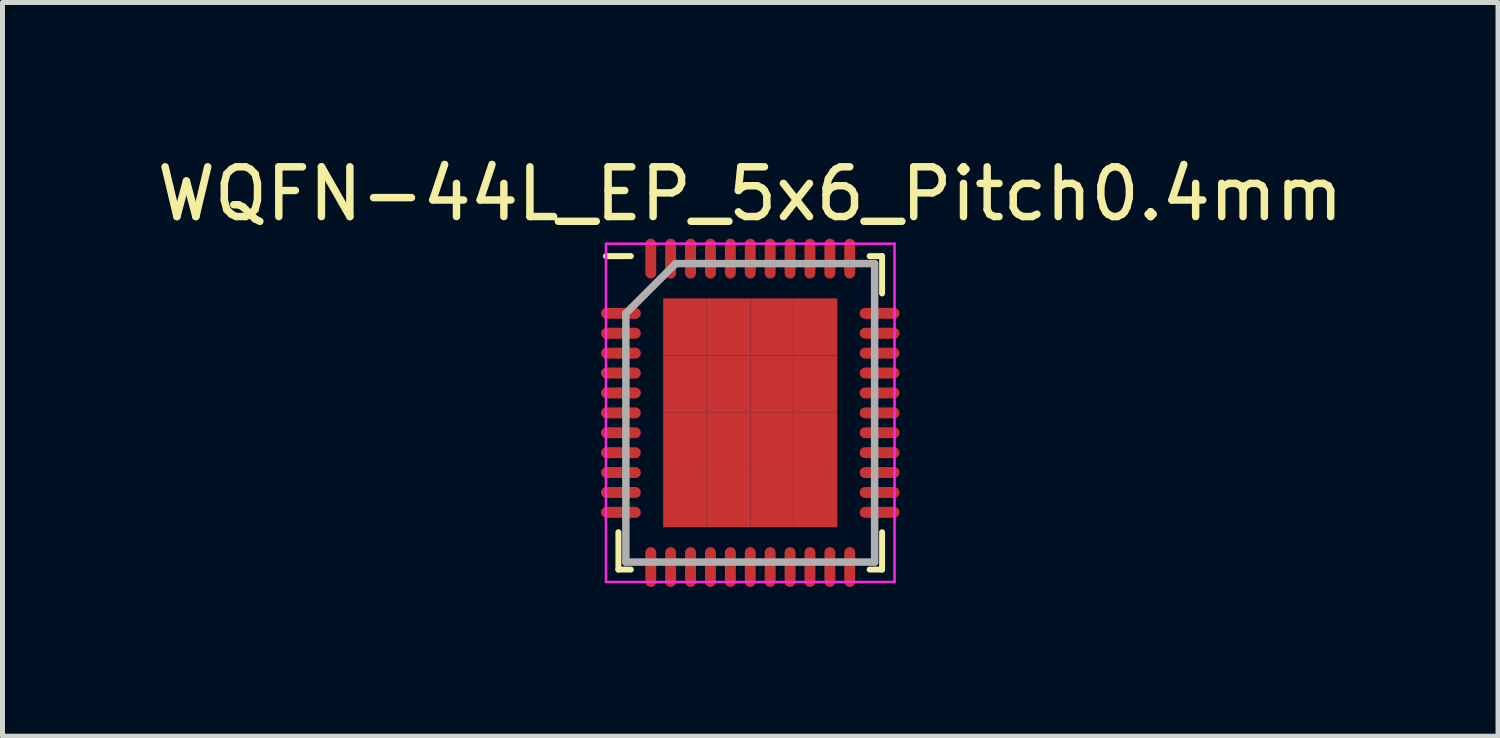
<source format=kicad_pcb>
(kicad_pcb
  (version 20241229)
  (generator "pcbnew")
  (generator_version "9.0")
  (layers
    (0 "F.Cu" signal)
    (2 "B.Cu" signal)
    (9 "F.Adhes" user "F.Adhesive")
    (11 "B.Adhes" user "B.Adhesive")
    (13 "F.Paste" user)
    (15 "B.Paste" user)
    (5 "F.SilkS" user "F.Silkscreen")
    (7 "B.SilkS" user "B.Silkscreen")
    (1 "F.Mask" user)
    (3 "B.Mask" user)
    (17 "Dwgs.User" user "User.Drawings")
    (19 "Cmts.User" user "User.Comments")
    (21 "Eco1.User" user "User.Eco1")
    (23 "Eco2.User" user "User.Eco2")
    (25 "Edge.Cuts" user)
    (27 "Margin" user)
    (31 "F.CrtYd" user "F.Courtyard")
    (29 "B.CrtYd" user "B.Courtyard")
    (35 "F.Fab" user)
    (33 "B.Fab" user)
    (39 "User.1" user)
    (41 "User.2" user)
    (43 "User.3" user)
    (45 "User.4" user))
  (footprint "WQFN-44L_EP_5x6_Pitch0.4mm"
    (layer "F.Cu")
    (at 12.03 5.248)
    (property "Reference" "WQFN-44L_EP_5x6_Pitch0.4mm" (at 0 -4.4 0) (layer "F.SilkS") (effects (font (size 1 1) (thickness 0.15))))
    (attr smd)
    (fp_line (start -2.65 3.15) (end -2.65 2.4) (stroke (width 0.12) (type solid)) (layer "F.SilkS"))
    (fp_line (start -2.4 -3.15) (end -2.9 -3.15) (stroke (width 0.12) (type solid)) (layer "F.SilkS"))
    (fp_line (start -2.4 3.15) (end -2.65 3.15) (stroke (width 0.12) (type solid)) (layer "F.SilkS"))
    (fp_line (start 2.4 -3.15) (end 2.65 -3.15) (stroke (width 0.12) (type solid)) (layer "F.SilkS"))
    (fp_line (start 2.4 3.15) (end 2.65 3.15) (stroke (width 0.12) (type solid)) (layer "F.SilkS"))
    (fp_line (start 2.65 -3.15) (end 2.65 -2.4) (stroke (width 0.12) (type solid)) (layer "F.SilkS"))
    (fp_line (start 2.65 3.15) (end 2.65 2.4) (stroke (width 0.12) (type solid)) (layer "F.SilkS"))
    (fp_line (start -2.9 -3.4) (end 2.9 -3.4) (stroke (width 0.05) (type solid)) (layer "F.CrtYd"))
    (fp_line (start -2.9 3.4) (end -2.9 -3.4) (stroke (width 0.05) (type solid)) (layer "F.CrtYd"))
    (fp_line (start 2.9 -3.4) (end 2.9 3.4) (stroke (width 0.05) (type solid)) (layer "F.CrtYd"))
    (fp_line (start 2.9 3.4) (end -2.9 3.4) (stroke (width 0.05) (type solid)) (layer "F.CrtYd"))
    (fp_line (start -2.5 -2) (end -2.5 3) (stroke (width 0.15) (type solid)) (layer "F.Fab"))
    (fp_line (start -2.5 3) (end 2.5 3) (stroke (width 0.15) (type solid)) (layer "F.Fab"))
    (fp_line (start -1.5 -3) (end -2.5 -2) (stroke (width 0.15) (type solid)) (layer "F.Fab"))
    (fp_line (start 2.5 -3) (end -1.5 -3) (stroke (width 0.15) (type solid)) (layer "F.Fab"))
    (fp_line (start 2.5 3) (end 2.5 -3) (stroke (width 0.15) (type solid)) (layer "F.Fab"))
    (pad "1" smd oval (at -2.6 -2 90) (size 0.22 0.8) (layers "F.Cu" "F.Mask" "F.Paste"))
    (pad "2" smd oval (at -2.6 -1.6 90) (size 0.22 0.8) (layers "F.Cu" "F.Mask" "F.Paste"))
    (pad "3" smd oval (at -2.6 -1.2 90) (size 0.22 0.8) (layers "F.Cu" "F.Mask" "F.Paste"))
    (pad "4" smd oval (at -2.6 -0.8 90) (size 0.22 0.8) (layers "F.Cu" "F.Mask" "F.Paste"))
    (pad "5" smd oval (at -2.6 -0.4 90) (size 0.22 0.8) (layers "F.Cu" "F.Mask" "F.Paste"))
    (pad "6" smd oval (at -2.6 0 90) (size 0.22 0.8) (layers "F.Cu" "F.Mask" "F.Paste"))
    (pad "7" smd oval (at -2.6 0.4 90) (size 0.22 0.8) (layers "F.Cu" "F.Mask" "F.Paste"))
    (pad "8" smd oval (at -2.6 0.8 90) (size 0.22 0.8) (layers "F.Cu" "F.Mask" "F.Paste"))
    (pad "9" smd oval (at -2.6 1.2 90) (size 0.22 0.8) (layers "F.Cu" "F.Mask" "F.Paste"))
    (pad "10" smd oval (at -2.6 1.6 90) (size 0.22 0.8) (layers "F.Cu" "F.Mask" "F.Paste"))
    (pad "11" smd oval (at -2.6 2 90) (size 0.22 0.8) (layers "F.Cu" "F.Mask" "F.Paste"))
    (pad "12" smd oval (at -2 3.1) (size 0.22 0.8) (layers "F.Cu" "F.Mask" "F.Paste"))
    (pad "13" smd oval (at -1.6 3.1) (size 0.22 0.8) (layers "F.Cu" "F.Mask" "F.Paste"))
    (pad "14" smd oval (at -1.2 3.1) (size 0.22 0.8) (layers "F.Cu" "F.Mask" "F.Paste"))
    (pad "15" smd oval (at -0.8 3.1) (size 0.22 0.8) (layers "F.Cu" "F.Mask" "F.Paste"))
    (pad "16" smd oval (at -0.4 3.1) (size 0.22 0.8) (layers "F.Cu" "F.Mask" "F.Paste"))
    (pad "17" smd oval (at 0 3.1) (size 0.22 0.8) (layers "F.Cu" "F.Mask" "F.Paste"))
    (pad "18" smd oval (at 0.4 3.1) (size 0.22 0.8) (layers "F.Cu" "F.Mask" "F.Paste"))
    (pad "19" smd oval (at 0.8 3.1) (size 0.22 0.8) (layers "F.Cu" "F.Mask" "F.Paste"))
    (pad "20" smd oval (at 1.2 3.1) (size 0.22 0.8) (layers "F.Cu" "F.Mask" "F.Paste"))
    (pad "21" smd oval (at 1.6 3.1) (size 0.22 0.8) (layers "F.Cu" "F.Mask" "F.Paste"))
    (pad "22" smd oval (at 2 3.1) (size 0.22 0.8) (layers "F.Cu" "F.Mask" "F.Paste"))
    (pad "23" smd oval (at 2.6 2 90) (size 0.22 0.8) (layers "F.Cu" "F.Mask" "F.Paste"))
    (pad "24" smd oval (at 2.6 1.6 90) (size 0.22 0.8) (layers "F.Cu" "F.Mask" "F.Paste"))
    (pad "25" smd oval (at 2.6 1.2 90) (size 0.22 0.8) (layers "F.Cu" "F.Mask" "F.Paste"))
    (pad "26" smd oval (at 2.6 0.8 90) (size 0.22 0.8) (layers "F.Cu" "F.Mask" "F.Paste"))
    (pad "27" smd oval (at 2.6 0.4 90) (size 0.22 0.8) (layers "F.Cu" "F.Mask" "F.Paste"))
    (pad "28" smd oval (at 2.6 0 90) (size 0.22 0.8) (layers "F.Cu" "F.Mask" "F.Paste"))
    (pad "29" smd oval (at 2.6 -0.4 90) (size 0.22 0.8) (layers "F.Cu" "F.Mask" "F.Paste"))
    (pad "30" smd oval (at 2.6 -0.8 90) (size 0.22 0.8) (layers "F.Cu" "F.Mask" "F.Paste"))
    (pad "31" smd oval (at 2.6 -1.2 90) (size 0.22 0.8) (layers "F.Cu" "F.Mask" "F.Paste"))
    (pad "32" smd oval (at 2.6 -1.6 90) (size 0.22 0.8) (layers "F.Cu" "F.Mask" "F.Paste"))
    (pad "33" smd oval (at 2.6 -2 90) (size 0.22 0.8) (layers "F.Cu" "F.Mask" "F.Paste"))
    (pad "34" smd oval (at 2 -3.1) (size 0.22 0.8) (layers "F.Cu" "F.Mask" "F.Paste"))
    (pad "35" smd oval (at 1.6 -3.1) (size 0.22 0.8) (layers "F.Cu" "F.Mask" "F.Paste"))
    (pad "36" smd oval (at 1.2 -3.1) (size 0.22 0.8) (layers "F.Cu" "F.Mask" "F.Paste"))
    (pad "37" smd oval (at 0.8 -3.1) (size 0.22 0.8) (layers "F.Cu" "F.Mask" "F.Paste"))
    (pad "38" smd oval (at 0.4 -3.1) (size 0.22 0.8) (layers "F.Cu" "F.Mask" "F.Paste"))
    (pad "39" smd oval (at 0 -3.1) (size 0.22 0.8) (layers "F.Cu" "F.Mask" "F.Paste"))
    (pad "40" smd oval (at -0.4 -3.1) (size 0.22 0.8) (layers "F.Cu" "F.Mask" "F.Paste"))
    (pad "41" smd oval (at -0.8 -3.1) (size 0.22 0.8) (layers "F.Cu" "F.Mask" "F.Paste"))
    (pad "42" smd oval (at -1.2 -3.1) (size 0.22 0.8) (layers "F.Cu" "F.Mask" "F.Paste"))
    (pad "43" smd oval (at -1.6 -3.1) (size 0.22 0.8) (layers "F.Cu" "F.Mask" "F.Paste"))
    (pad "44" smd oval (at -2 -3.1) (size 0.22 0.8) (layers "F.Cu" "F.Mask" "F.Paste"))
    (pad "45" smd rect (at -1.312 -1.725) (size 0.875 1.15) (layers "F.Cu" "F.Mask" "F.Paste"))
    (pad "45" smd rect (at -1.312 -0.575) (size 0.875 1.15) (layers "F.Cu" "F.Mask" "F.Paste"))
    (pad "45" smd rect (at -1.312 0.575) (size 0.875 1.15) (layers "F.Cu" "F.Mask" "F.Paste"))
    (pad "45" smd rect (at -1.312 1.725) (size 0.875 1.15) (layers "F.Cu" "F.Mask" "F.Paste"))
    (pad "45" smd rect (at -0.438 -1.725) (size 0.875 1.15) (layers "F.Cu" "F.Mask" "F.Paste"))
    (pad "45" smd rect (at -0.438 -0.575) (size 0.875 1.15) (layers "F.Cu" "F.Mask" "F.Paste"))
    (pad "45" smd rect (at -0.438 0.575) (size 0.875 1.15) (layers "F.Cu" "F.Mask" "F.Paste"))
    (pad "45" smd rect (at -0.438 1.725) (size 0.875 1.15) (layers "F.Cu" "F.Mask" "F.Paste"))
    (pad "45" smd rect (at 0.438 -1.725) (size 0.875 1.15) (layers "F.Cu" "F.Mask" "F.Paste"))
    (pad "45" smd rect (at 0.438 -0.575) (size 0.875 1.15) (layers "F.Cu" "F.Mask" "F.Paste"))
    (pad "45" smd rect (at 0.438 0.575) (size 0.875 1.15) (layers "F.Cu" "F.Mask" "F.Paste"))
    (pad "45" smd rect (at 0.438 1.725) (size 0.875 1.15) (layers "F.Cu" "F.Mask" "F.Paste"))
    (pad "45" smd rect (at 1.312 -1.725) (size 0.875 1.15) (layers "F.Cu" "F.Mask" "F.Paste"))
    (pad "45" smd rect (at 1.312 -0.575) (size 0.875 1.15) (layers "F.Cu" "F.Mask" "F.Paste"))
    (pad "45" smd rect (at 1.312 0.575) (size 0.875 1.15) (layers "F.Cu" "F.Mask" "F.Paste"))
    (pad "45" smd rect (at 1.312 1.725) (size 0.875 1.15) (layers "F.Cu" "F.Mask" "F.Paste")))
  (gr_rect
    (start -3 -3)
    (end 27.06 11.748)
    (stroke (width 0.1) (type default))
    (fill no)
    (layer "Edge.Cuts")))
</source>
